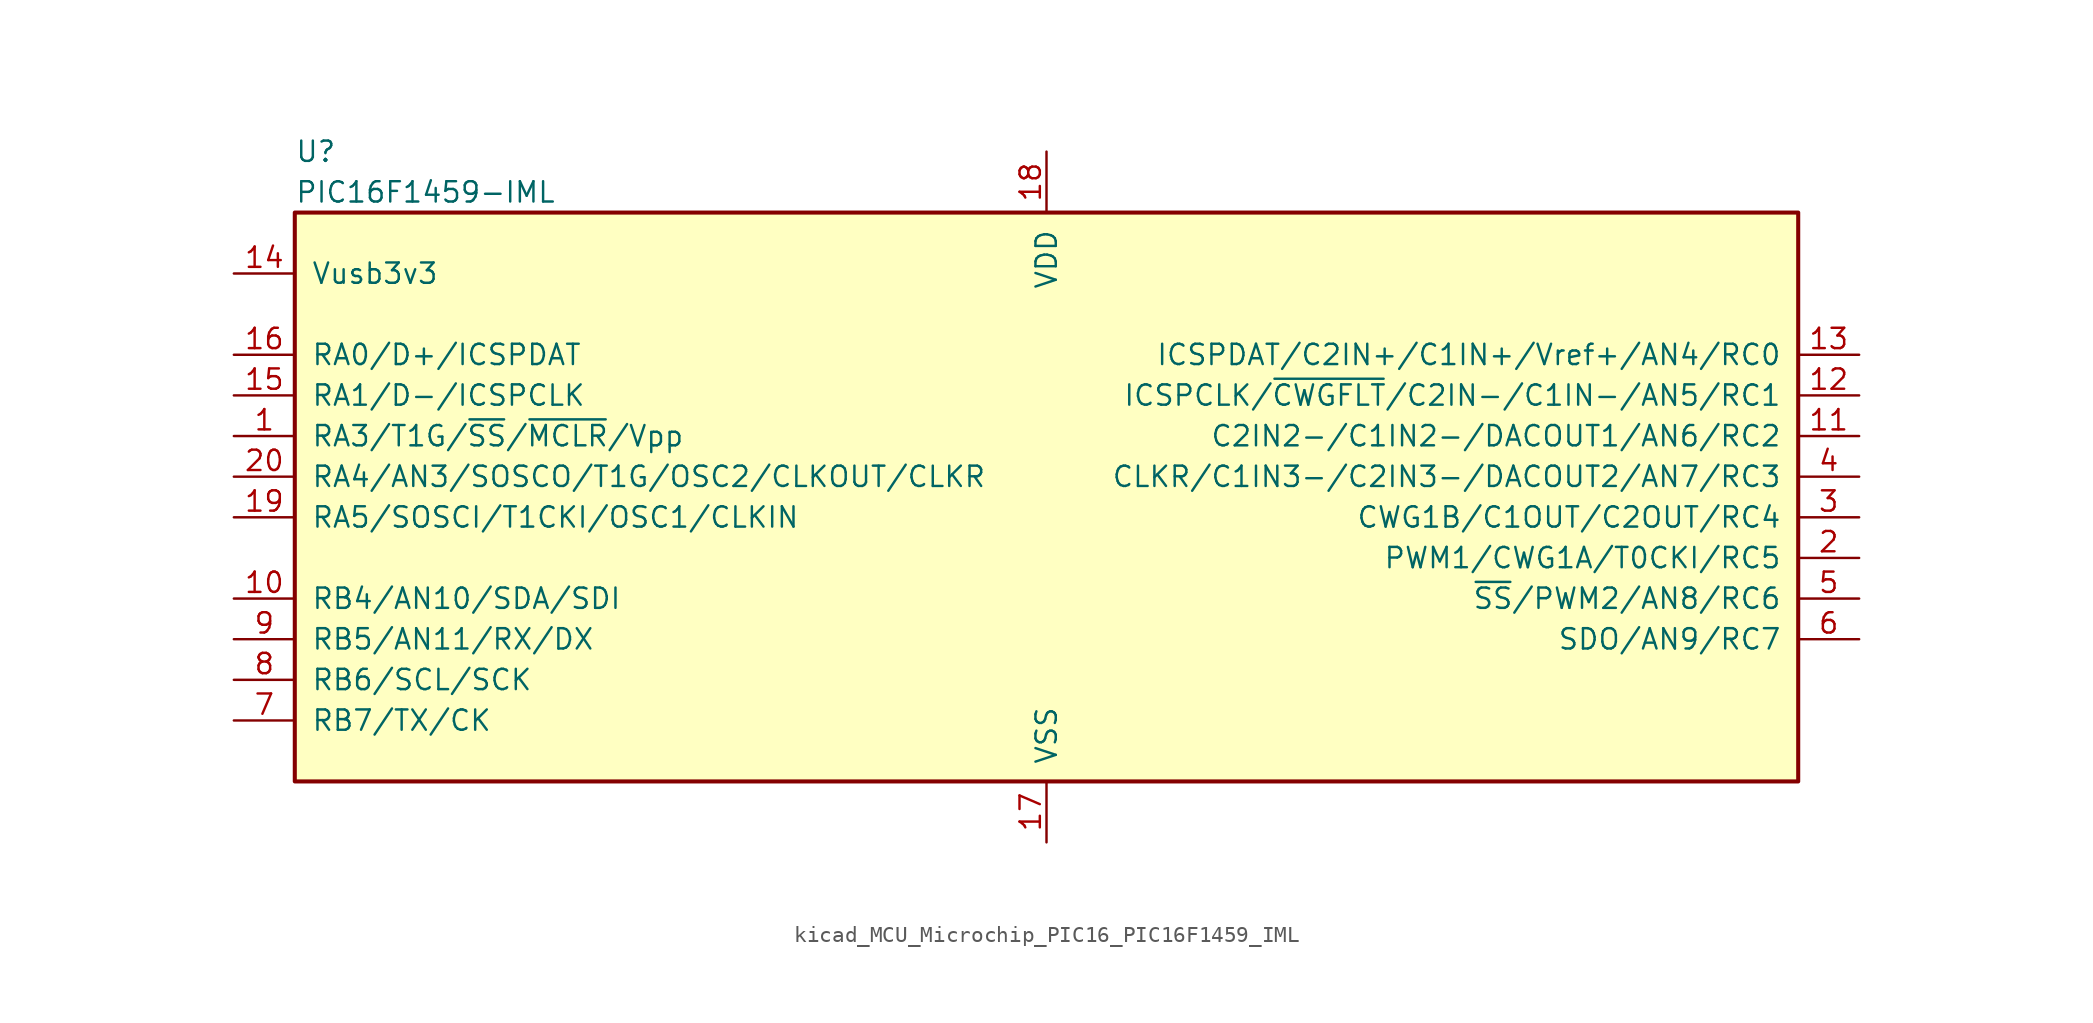
<source format=kicad_sym>
(kicad_symbol_lib
  (version 20220914)
  (generator kicad_symbol_editor)
  (symbol "kicad_MCU_Microchip_PIC16_PIC16F1459_IML"
    (pin_names
      (offset 1.016))
    (property "Reference" "U"
      (at -46.99 17.78 0)
      (effects (font (size 1.27 1.27)) (justify left)))
    (property "Value" "PIC16F1459-IML"
      (at -46.99 15.24 0)
      (effects (font (size 1.27 1.27)) (justify left)))
    (symbol "kicad_MCU_Microchip_PIC16_PIC16F1459_IML_0_1"
      (rectangle (start -46.99 13.97) (end 46.99 -21.59) (stroke (width 0.254) (type default)) (fill (type background))))
    (symbol "kicad_MCU_Microchip_PIC16_PIC16F1459_IML_1_1"
      (pin input line (at -50.8 0 0) (length 3.81) (name "RA3/T1G/~{SS}/~{MCLR}/Vpp" (effects (font (size 1.27 1.27)))) (number "1" (effects (font (size 1.27 1.27)))))
      (pin bidirectional line (at -50.8 -10.16 0) (length 3.81) (name "RB4/AN10/SDA/SDI" (effects (font (size 1.27 1.27)))) (number "10" (effects (font (size 1.27 1.27)))))
      (pin bidirectional line (at 50.8 0 180) (length 3.81) (name "C2IN2-/C1IN2-/DACOUT1/AN6/RC2" (effects (font (size 1.27 1.27)))) (number "11" (effects (font (size 1.27 1.27)))))
      (pin bidirectional line (at 50.8 2.54 180) (length 3.81) (name "ICSPCLK/~{CWGFLT}/C2IN-/C1IN-/AN5/RC1" (effects (font (size 1.27 1.27)))) (number "12" (effects (font (size 1.27 1.27)))))
      (pin bidirectional line (at 50.8 5.08 180) (length 3.81) (name "ICSPDAT/C2IN+/C1IN+/Vref+/AN4/RC0" (effects (font (size 1.27 1.27)))) (number "13" (effects (font (size 1.27 1.27)))))
      (pin bidirectional line (at -50.8 10.16 0) (length 3.81) (name "Vusb3v3" (effects (font (size 1.27 1.27)))) (number "14" (effects (font (size 1.27 1.27)))))
      (pin bidirectional line (at -50.8 2.54 0) (length 3.81) (name "RA1/D-/ICSPCLK" (effects (font (size 1.27 1.27)))) (number "15" (effects (font (size 1.27 1.27)))))
      (pin bidirectional line (at -50.8 5.08 0) (length 3.81) (name "RA0/D+/ICSPDAT" (effects (font (size 1.27 1.27)))) (number "16" (effects (font (size 1.27 1.27)))))
      (pin power_in line (at 0 -25.4 90) (length 3.81) (name "VSS" (effects (font (size 1.27 1.27)))) (number "17" (effects (font (size 1.27 1.27)))))
      (pin power_in line (at 0 17.78 270) (length 3.81) (name "VDD" (effects (font (size 1.27 1.27)))) (number "18" (effects (font (size 1.27 1.27)))))
      (pin bidirectional line (at -50.8 -5.08 0) (length 3.81) (name "RA5/SOSCI/T1CKI/OSC1/CLKIN" (effects (font (size 1.27 1.27)))) (number "19" (effects (font (size 1.27 1.27)))))
      (pin bidirectional line (at 50.8 -7.62 180) (length 3.81) (name "PWM1/CWG1A/T0CKI/RC5" (effects (font (size 1.27 1.27)))) (number "2" (effects (font (size 1.27 1.27)))))
      (pin bidirectional line (at -50.8 -2.54 0) (length 3.81) (name "RA4/AN3/SOSCO/T1G/OSC2/CLKOUT/CLKR" (effects (font (size 1.27 1.27)))) (number "20" (effects (font (size 1.27 1.27)))))
      (pin bidirectional line (at 50.8 -5.08 180) (length 3.81) (name "CWG1B/C1OUT/C2OUT/RC4" (effects (font (size 1.27 1.27)))) (number "3" (effects (font (size 1.27 1.27)))))
      (pin bidirectional line (at 50.8 -2.54 180) (length 3.81) (name "CLKR/C1IN3-/C2IN3-/DACOUT2/AN7/RC3" (effects (font (size 1.27 1.27)))) (number "4" (effects (font (size 1.27 1.27)))))
      (pin bidirectional line (at 50.8 -10.16 180) (length 3.81) (name "~{SS}/PWM2/AN8/RC6" (effects (font (size 1.27 1.27)))) (number "5" (effects (font (size 1.27 1.27)))))
      (pin bidirectional line (at 50.8 -12.7 180) (length 3.81) (name "SDO/AN9/RC7" (effects (font (size 1.27 1.27)))) (number "6" (effects (font (size 1.27 1.27)))))
      (pin bidirectional line (at -50.8 -17.78 0) (length 3.81) (name "RB7/TX/CK" (effects (font (size 1.27 1.27)))) (number "7" (effects (font (size 1.27 1.27)))))
      (pin bidirectional line (at -50.8 -15.24 0) (length 3.81) (name "RB6/SCL/SCK" (effects (font (size 1.27 1.27)))) (number "8" (effects (font (size 1.27 1.27)))))
      (pin bidirectional line (at -50.8 -12.7 0) (length 3.81) (name "RB5/AN11/RX/DX" (effects (font (size 1.27 1.27)))) (number "9" (effects (font (size 1.27 1.27))))))))
</source>
